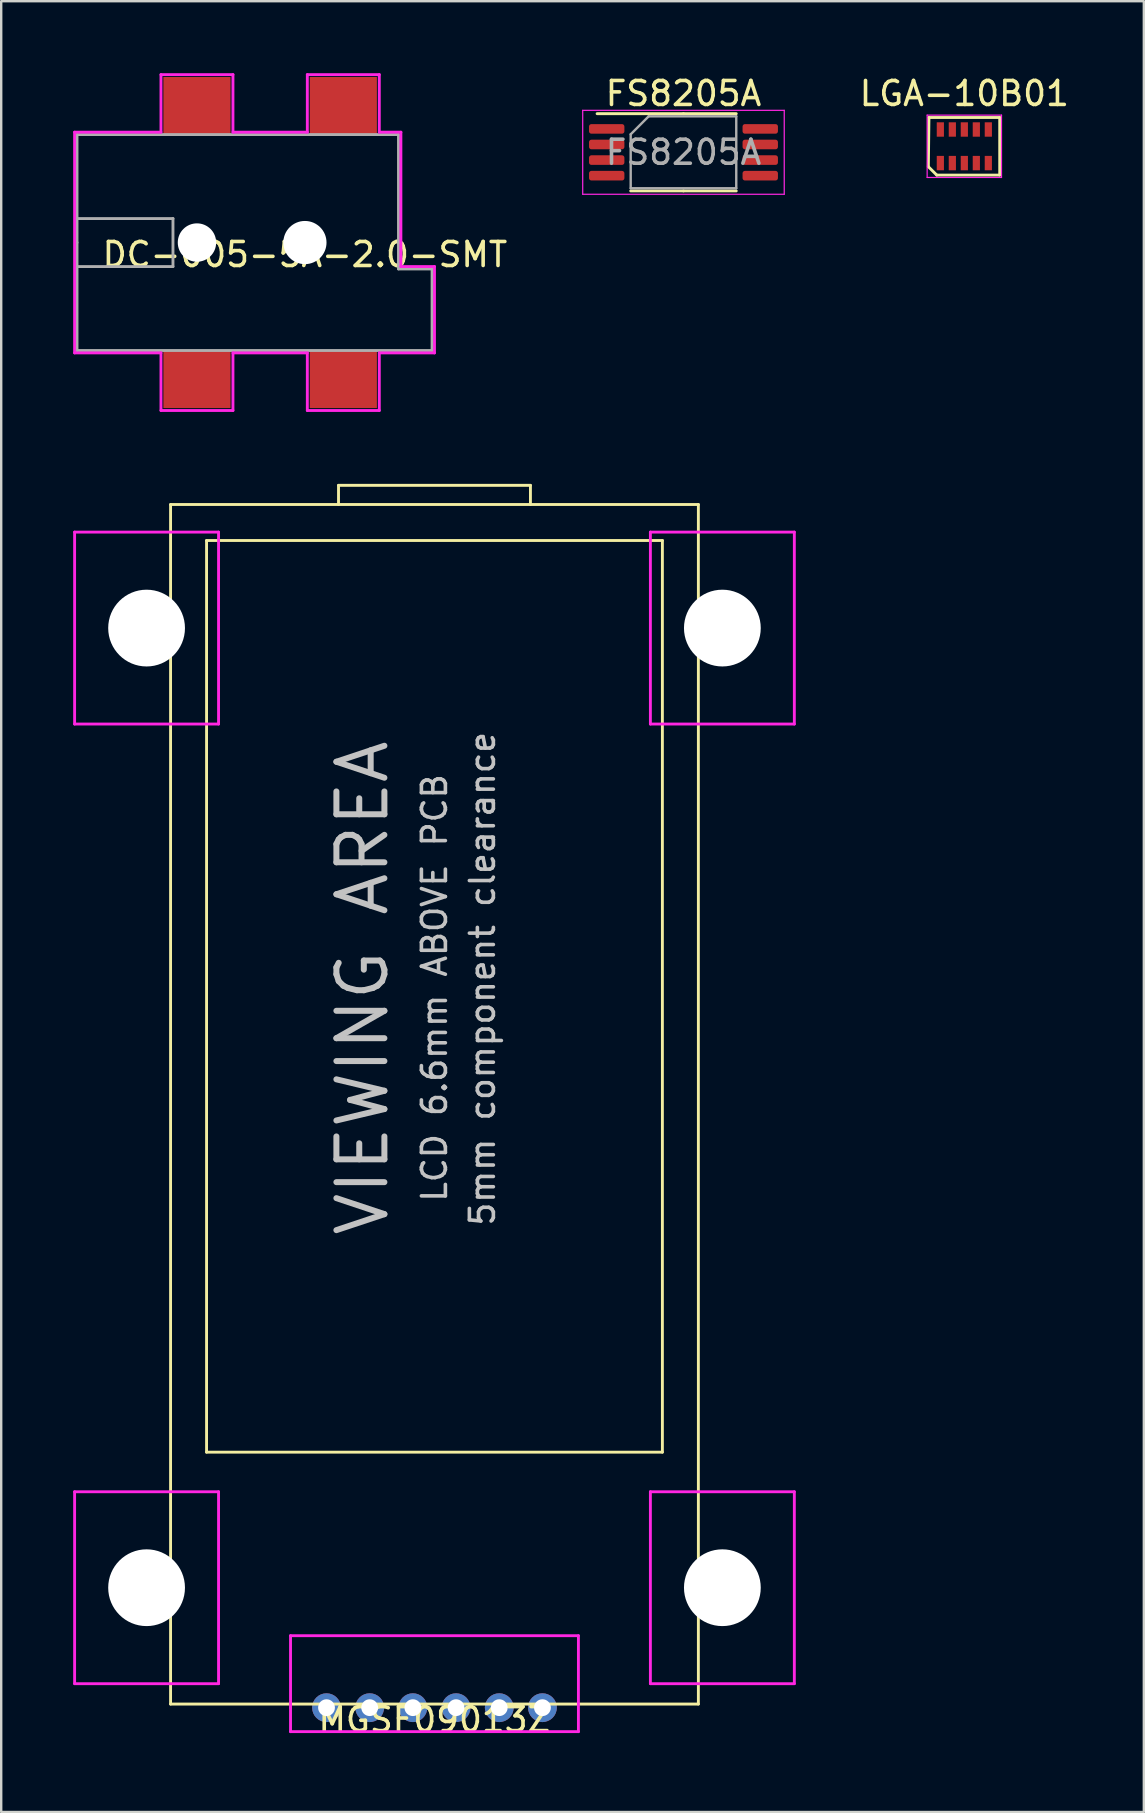
<source format=kicad_pcb>
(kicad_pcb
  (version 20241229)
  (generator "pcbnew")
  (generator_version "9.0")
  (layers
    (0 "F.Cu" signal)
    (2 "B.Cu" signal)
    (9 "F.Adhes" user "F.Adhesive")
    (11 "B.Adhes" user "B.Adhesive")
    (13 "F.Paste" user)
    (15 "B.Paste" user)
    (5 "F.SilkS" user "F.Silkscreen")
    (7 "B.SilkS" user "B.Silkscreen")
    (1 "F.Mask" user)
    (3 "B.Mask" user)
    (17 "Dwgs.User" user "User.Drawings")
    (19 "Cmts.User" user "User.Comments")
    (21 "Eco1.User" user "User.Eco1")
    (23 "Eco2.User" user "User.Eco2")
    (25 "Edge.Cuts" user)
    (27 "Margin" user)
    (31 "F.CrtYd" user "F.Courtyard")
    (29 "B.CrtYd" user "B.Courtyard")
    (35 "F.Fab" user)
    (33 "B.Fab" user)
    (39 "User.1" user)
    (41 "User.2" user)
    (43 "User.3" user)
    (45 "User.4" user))
  (footprint "DC-005-5A-2.0-SMT"
    (layer "F.Cu")
    (at 9.66 7.06)
    (property "Reference" "DC-005-5A-2.0-SMT" (at 0 0.5 0) (layer "F.SilkS") (effects (font (size 1 1) (thickness 0.15))))
    (attr smd)
    (fp_line (start -9.6 -4.6) (end -9.6 4.6) (stroke (width 0.12) (type solid)) (layer "F.CrtYd"))
    (fp_line (start -9.6 4.6) (end -6 4.6) (stroke (width 0.12) (type solid)) (layer "F.CrtYd"))
    (fp_line (start -6 -7) (end -6 -4.6) (stroke (width 0.12) (type solid)) (layer "F.CrtYd"))
    (fp_line (start -6 -4.6) (end -9.6 -4.6) (stroke (width 0.12) (type solid)) (layer "F.CrtYd"))
    (fp_line (start -6 4.6) (end -6 7) (stroke (width 0.12) (type solid)) (layer "F.CrtYd"))
    (fp_line (start -6 7) (end -3 7) (stroke (width 0.12) (type solid)) (layer "F.CrtYd"))
    (fp_line (start -3 -7) (end -6 -7) (stroke (width 0.12) (type solid)) (layer "F.CrtYd"))
    (fp_line (start -3 -4.6) (end -3 -7) (stroke (width 0.12) (type solid)) (layer "F.CrtYd"))
    (fp_line (start -3 4.6) (end 0.1 4.6) (stroke (width 0.12) (type solid)) (layer "F.CrtYd"))
    (fp_line (start -3 7) (end -3 4.6) (stroke (width 0.12) (type solid)) (layer "F.CrtYd"))
    (fp_line (start 0.1 -7) (end 0.1 -4.6) (stroke (width 0.12) (type solid)) (layer "F.CrtYd"))
    (fp_line (start 0.1 -4.6) (end -3 -4.6) (stroke (width 0.12) (type solid)) (layer "F.CrtYd"))
    (fp_line (start 0.1 4.6) (end 0.1 7) (stroke (width 0.12) (type solid)) (layer "F.CrtYd"))
    (fp_line (start 0.1 7) (end 3.1 7) (stroke (width 0.12) (type solid)) (layer "F.CrtYd"))
    (fp_line (start 3.1 -7) (end 0.1 -7) (stroke (width 0.12) (type solid)) (layer "F.CrtYd"))
    (fp_line (start 3.1 -4.6) (end 3.1 -7) (stroke (width 0.12) (type solid)) (layer "F.CrtYd"))
    (fp_line (start 3.1 4.6) (end 5.4 4.6) (stroke (width 0.12) (type solid)) (layer "F.CrtYd"))
    (fp_line (start 3.1 7) (end 3.1 4.6) (stroke (width 0.12) (type solid)) (layer "F.CrtYd"))
    (fp_line (start 4 -4.6) (end 3.1 -4.6) (stroke (width 0.12) (type solid)) (layer "F.CrtYd"))
    (fp_line (start 4 1) (end 4 -4.6) (stroke (width 0.12) (type solid)) (layer "F.CrtYd"))
    (fp_line (start 5.4 1) (end 4 1) (stroke (width 0.12) (type solid)) (layer "F.CrtYd"))
    (fp_line (start 5.4 4.6) (end 5.4 1) (stroke (width 0.12) (type solid)) (layer "F.CrtYd"))
    (fp_line (start -9.5 -4.5) (end -6 -4.5) (stroke (width 0.12) (type solid)) (layer "F.Fab"))
    (fp_line (start -9.5 -1) (end -5.5 -1) (stroke (width 0.12) (type solid)) (layer "F.Fab"))
    (fp_line (start -9.5 0) (end -9.5 -4.5) (stroke (width 0.12) (type solid)) (layer "F.Fab"))
    (fp_line (start -9.5 0) (end -9.5 4.5) (stroke (width 0.12) (type solid)) (layer "F.Fab"))
    (fp_line (start -9.5 4.5) (end 5.3 4.5) (stroke (width 0.12) (type solid)) (layer "F.Fab"))
    (fp_line (start -5.5 -1) (end -5.5 1) (stroke (width 0.12) (type solid)) (layer "F.Fab"))
    (fp_line (start -5.5 1) (end -9.5 1) (stroke (width 0.12) (type solid)) (layer "F.Fab"))
    (fp_line (start 3.9 -4.5) (end -6 -4.5) (stroke (width 0.12) (type solid)) (layer "F.Fab"))
    (fp_line (start 3.9 1.1) (end 3.9 -4.5) (stroke (width 0.12) (type solid)) (layer "F.Fab"))
    (fp_line (start 5.3 1.1) (end 3.9 1.1) (stroke (width 0.12) (type solid)) (layer "F.Fab"))
    (fp_line (start 5.3 4.5) (end 5.3 1.1) (stroke (width 0.12) (type solid)) (layer "F.Fab"))
    (pad "" np_thru_hole circle (at -4.5 0) (size 1.6 1.6) (drill 1.6) (layers "*.Cu" "*.Mask"))
    (pad "" np_thru_hole circle (at 0 0) (size 1.8 1.8) (drill 1.8) (layers "*.Cu" "*.Mask"))
    (pad "1" smd rect (at -4.5 -5.7) (size 2.8 2.4) (layers "F.Cu" "F.Mask" "F.Paste"))
    (pad "1" smd rect (at 1.6 -5.7) (size 2.8 2.4) (layers "F.Cu" "F.Mask" "F.Paste"))
    (pad "2" smd rect (at -4.5 5.7) (size 2.8 2.4) (layers "F.Cu" "F.Mask" "F.Paste"))
    (pad "3" smd rect (at 1.6 5.7) (size 2.8 2.4) (layers "F.Cu" "F.Mask" "F.Paste")))
  (footprint "MGSF09013Z"
    (layer "F.Cu")
    (at 15.06 68.13)
    (property "Reference" "MGSF09013Z" (at 0 0.5 0) (layer "F.SilkS") (effects (font (size 1 1) (thickness 0.15))))
    (attr through_hole)
    (fp_line (start -11 -50.15) (end -11 -0.15) (stroke (width 0.12) (type solid)) (layer "F.SilkS"))
    (fp_line (start -11 -0.15) (end 11 -0.15) (stroke (width 0.12) (type solid)) (layer "F.SilkS"))
    (fp_line (start -9.5 -48.65) (end -9.5 -10.65) (stroke (width 0.12) (type solid)) (layer "F.SilkS"))
    (fp_line (start -9.5 -48.65) (end 9.5 -48.65) (stroke (width 0.12) (type solid)) (layer "F.SilkS"))
    (fp_line (start -9.5 -10.65) (end 9.5 -10.65) (stroke (width 0.12) (type solid)) (layer "F.SilkS"))
    (fp_line (start -4 -50.95) (end 4 -50.95) (stroke (width 0.12) (type solid)) (layer "F.SilkS"))
    (fp_line (start -4 -50.15) (end -4 -50.95) (stroke (width 0.12) (type solid)) (layer "F.SilkS"))
    (fp_line (start 4 -50.95) (end 4 -50.15) (stroke (width 0.12) (type solid)) (layer "F.SilkS"))
    (fp_line (start 9.5 -10.65) (end 9.5 -48.65) (stroke (width 0.12) (type solid)) (layer "F.SilkS"))
    (fp_line (start 11 -50.15) (end -11 -50.15) (stroke (width 0.12) (type solid)) (layer "F.SilkS"))
    (fp_line (start 11 -0.15) (end 11 -50.15) (stroke (width 0.12) (type solid)) (layer "F.SilkS"))
    (fp_line (start -15 -49) (end -15 -41) (stroke (width 0.12) (type solid)) (layer "F.CrtYd"))
    (fp_line (start -15 -41) (end -9 -41) (stroke (width 0.12) (type solid)) (layer "F.CrtYd"))
    (fp_line (start -15 -9) (end -9 -9) (stroke (width 0.12) (type solid)) (layer "F.CrtYd"))
    (fp_line (start -15 -1) (end -15 -9) (stroke (width 0.12) (type solid)) (layer "F.CrtYd"))
    (fp_line (start -9 -49) (end -15 -49) (stroke (width 0.12) (type solid)) (layer "F.CrtYd"))
    (fp_line (start -9 -41) (end -9 -49) (stroke (width 0.12) (type solid)) (layer "F.CrtYd"))
    (fp_line (start -9 -9) (end -9 -1) (stroke (width 0.12) (type solid)) (layer "F.CrtYd"))
    (fp_line (start -9 -1) (end -15 -1) (stroke (width 0.12) (type solid)) (layer "F.CrtYd"))
    (fp_line (start -6 -3) (end -6 0) (stroke (width 0.12) (type solid)) (layer "F.CrtYd"))
    (fp_line (start -6 0) (end -6 1) (stroke (width 0.12) (type solid)) (layer "F.CrtYd"))
    (fp_line (start -6 1) (end 6 1) (stroke (width 0.12) (type solid)) (layer "F.CrtYd"))
    (fp_line (start 6 -3) (end -6 -3) (stroke (width 0.12) (type solid)) (layer "F.CrtYd"))
    (fp_line (start 6 1) (end 6 -3) (stroke (width 0.12) (type solid)) (layer "F.CrtYd"))
    (fp_line (start 9 -49) (end 9 -41) (stroke (width 0.12) (type solid)) (layer "F.CrtYd"))
    (fp_line (start 9 -49) (end 15 -49) (stroke (width 0.12) (type solid)) (layer "F.CrtYd"))
    (fp_line (start 9 -41) (end 15 -41) (stroke (width 0.12) (type solid)) (layer "F.CrtYd"))
    (fp_line (start 9 -9) (end 9 -1) (stroke (width 0.12) (type solid)) (layer "F.CrtYd"))
    (fp_line (start 9 -9) (end 15 -9) (stroke (width 0.12) (type solid)) (layer "F.CrtYd"))
    (fp_line (start 15 -41) (end 15 -49) (stroke (width 0.12) (type solid)) (layer "F.CrtYd"))
    (fp_line (start 15 -9) (end 15 -1) (stroke (width 0.12) (type solid)) (layer "F.CrtYd"))
    (fp_line (start 15 -1) (end 9 -1) (stroke (width 0.12) (type solid)) (layer "F.CrtYd"))
    (fp_text user "VIEWING AREA" (at -3 -30 90) (layer "Dwgs.User") (effects (font (size 2 2) (thickness 0.25))))
    (fp_text user " 5mm component clearance" (at 2 -30 270) (layer "Dwgs.User") (effects (font (size 1 1) (thickness 0.15))))
    (fp_text user "LCD 6.6mm ABOVE PCB" (at 0 -30 270) (layer "Dwgs.User") (effects (font (size 1 1) (thickness 0.15))))
    (pad "" np_thru_hole circle (at -12 -45) (size 3.2 3.2) (drill 3.2) (layers "*.Cu" "*.Mask"))
    (pad "" np_thru_hole circle (at -12 -5) (size 3.2 3.2) (drill 3.2) (layers "*.Cu" "*.Mask"))
    (pad "" np_thru_hole circle (at 12 -45) (size 3.2 3.2) (drill 3.2) (layers "*.Cu" "*.Mask"))
    (pad "" np_thru_hole circle (at 12 -5) (size 3.2 3.2) (drill 3.2) (layers "*.Cu" "*.Mask"))
    (pad "1" thru_hole circle (at -4.5 0) (size 1.2 1.2) (drill 0.7) (layers "*.Cu" "*.Mask"))
    (pad "2" thru_hole circle (at -2.7 0) (size 1.2 1.2) (drill 0.7) (layers "*.Cu" "*.Mask"))
    (pad "3" thru_hole circle (at -0.9 0) (size 1.2 1.2) (drill 0.7) (layers "*.Cu" "*.Mask"))
    (pad "4" thru_hole circle (at 0.9 0) (size 1.2 1.2) (drill 0.7) (layers "*.Cu" "*.Mask"))
    (pad "5" thru_hole circle (at 2.7 0) (size 1.2 1.2) (drill 0.7) (layers "*.Cu" "*.Mask"))
    (pad "6" thru_hole circle (at 4.5 0) (size 1.2 1.2) (drill 0.7) (layers "*.Cu" "*.Mask")))
  (footprint "FS8205A"
    (layer "F.Cu")
    (at 25.439 3.298)
    (property "Reference" "FS8205A" (at 0 -2.45 0) (layer "F.SilkS") (effects (font (size 1 1) (thickness 0.15))))
    (attr smd)
    (fp_line (start 0 -1.61) (end -3.6 -1.61) (stroke (width 0.12) (type solid)) (layer "F.SilkS"))
    (fp_line (start 0 -1.61) (end 2.2 -1.61) (stroke (width 0.12) (type solid)) (layer "F.SilkS"))
    (fp_line (start 0 1.61) (end -2.2 1.61) (stroke (width 0.12) (type solid)) (layer "F.SilkS"))
    (fp_line (start 0 1.61) (end 2.2 1.61) (stroke (width 0.12) (type solid)) (layer "F.SilkS"))
    (fp_line (start -4.2 -1.75) (end -4.2 1.75) (stroke (width 0.05) (type solid)) (layer "F.CrtYd"))
    (fp_line (start -4.2 1.75) (end 4.2 1.75) (stroke (width 0.05) (type solid)) (layer "F.CrtYd"))
    (fp_line (start 4.2 -1.75) (end -4.2 -1.75) (stroke (width 0.05) (type solid)) (layer "F.CrtYd"))
    (fp_line (start 4.2 1.75) (end 4.2 -1.75) (stroke (width 0.05) (type solid)) (layer "F.CrtYd"))
    (fp_line (start -2.2 -0.75) (end -1.45 -1.5) (stroke (width 0.1) (type solid)) (layer "F.Fab"))
    (fp_line (start -2.2 1.5) (end -2.2 -0.75) (stroke (width 0.1) (type solid)) (layer "F.Fab"))
    (fp_line (start -1.45 -1.5) (end 2.2 -1.5) (stroke (width 0.1) (type solid)) (layer "F.Fab"))
    (fp_line (start 2.2 -1.5) (end 2.2 1.5) (stroke (width 0.1) (type solid)) (layer "F.Fab"))
    (fp_line (start 2.2 1.5) (end -2.2 1.5) (stroke (width 0.1) (type solid)) (layer "F.Fab"))
    (fp_text user "${REFERENCE}" (at 0 0 0) (layer "F.Fab") (effects (font (size 1 1) (thickness 0.15))))
    (pad "1" smd roundrect (at -3.2 -0.975) (size 1.475 0.4) (layers "F.Cu" "F.Mask" "F.Paste") (roundrect_rratio 0.25))
    (pad "2" smd roundrect (at -3.2 -0.325) (size 1.475 0.4) (layers "F.Cu" "F.Mask" "F.Paste") (roundrect_rratio 0.25))
    (pad "3" smd roundrect (at -3.2 0.325) (size 1.475 0.4) (layers "F.Cu" "F.Mask" "F.Paste") (roundrect_rratio 0.25))
    (pad "4" smd roundrect (at -3.2 0.975) (size 1.475 0.4) (layers "F.Cu" "F.Mask" "F.Paste") (roundrect_rratio 0.25))
    (pad "5" smd roundrect (at 3.2 0.975) (size 1.475 0.4) (layers "F.Cu" "F.Mask" "F.Paste") (roundrect_rratio 0.25))
    (pad "6" smd roundrect (at 3.2 0.325) (size 1.475 0.4) (layers "F.Cu" "F.Mask" "F.Paste") (roundrect_rratio 0.25))
    (pad "7" smd roundrect (at 3.2 -0.325) (size 1.475 0.4) (layers "F.Cu" "F.Mask" "F.Paste") (roundrect_rratio 0.25))
    (pad "8" smd roundrect (at 3.2 -0.975) (size 1.475 0.4) (layers "F.Cu" "F.Mask" "F.Paste") (roundrect_rratio 0.25)))
  (footprint "LGA-10B01"
    (layer "F.Cu")
    (at 37.146 3.048)
    (property "Reference" "LGA-10B01" (at 0 -2.2 0) (layer "F.SilkS") (effects (font (size 1 1) (thickness 0.15))))
    (attr smd)
    (fp_line (start -1.5 0.85) (end -1.475 -1.2) (stroke (width 0.12) (type solid)) (layer "F.SilkS"))
    (fp_line (start -1.475 -1.2) (end 1.475 -1.2) (stroke (width 0.12) (type solid)) (layer "F.SilkS"))
    (fp_line (start -1.15 1.2) (end -1.5 0.85) (stroke (width 0.12) (type solid)) (layer "F.SilkS"))
    (fp_line (start 1.475 -1.2) (end 1.475 1.2) (stroke (width 0.12) (type solid)) (layer "F.SilkS"))
    (fp_line (start 1.475 1.2) (end -1.15 1.2) (stroke (width 0.12) (type solid)) (layer "F.SilkS"))
    (fp_line (start -1.55 -1.3) (end 1.55 -1.3) (stroke (width 0.05) (type solid)) (layer "F.CrtYd"))
    (fp_line (start -1.55 1.3) (end -1.55 -1.3) (stroke (width 0.05) (type solid)) (layer "F.CrtYd"))
    (fp_line (start 1.55 -1.3) (end 1.55 1.3) (stroke (width 0.05) (type solid)) (layer "F.CrtYd"))
    (fp_line (start 1.55 1.3) (end -1.55 1.3) (stroke (width 0.05) (type solid)) (layer "F.CrtYd"))
    (pad "1" smd rect (at -1 0.7) (size 0.3 0.6) (layers "F.Cu" "F.Mask" "F.Paste"))
    (pad "2" smd rect (at -0.5 0.7) (size 0.3 0.6) (layers "F.Cu" "F.Mask" "F.Paste"))
    (pad "3" smd rect (at 0 0.7) (size 0.3 0.6) (layers "F.Cu" "F.Mask" "F.Paste"))
    (pad "4" smd rect (at 0.5 0.7) (size 0.3 0.6) (layers "F.Cu" "F.Mask" "F.Paste"))
    (pad "5" smd rect (at 1 0.7) (size 0.3 0.6) (layers "F.Cu" "F.Mask" "F.Paste"))
    (pad "6" smd rect (at 1 -0.7) (size 0.3 0.6) (layers "F.Cu" "F.Mask" "F.Paste"))
    (pad "7" smd rect (at 0.5 -0.7) (size 0.3 0.6) (layers "F.Cu" "F.Mask" "F.Paste"))
    (pad "8" smd rect (at 0 -0.7) (size 0.3 0.6) (layers "F.Cu" "F.Mask" "F.Paste"))
    (pad "9" smd rect (at -0.5 -0.7) (size 0.3 0.6) (layers "F.Cu" "F.Mask" "F.Paste"))
    (pad "10" smd rect (at -1 -0.7) (size 0.3 0.6) (layers "F.Cu" "F.Mask" "F.Paste")))
  (gr_rect
    (start -3 -3)
    (end 44.628 72.478)
    (stroke (width 0.1) (type default))
    (fill no)
    (layer "Edge.Cuts")))
</source>
